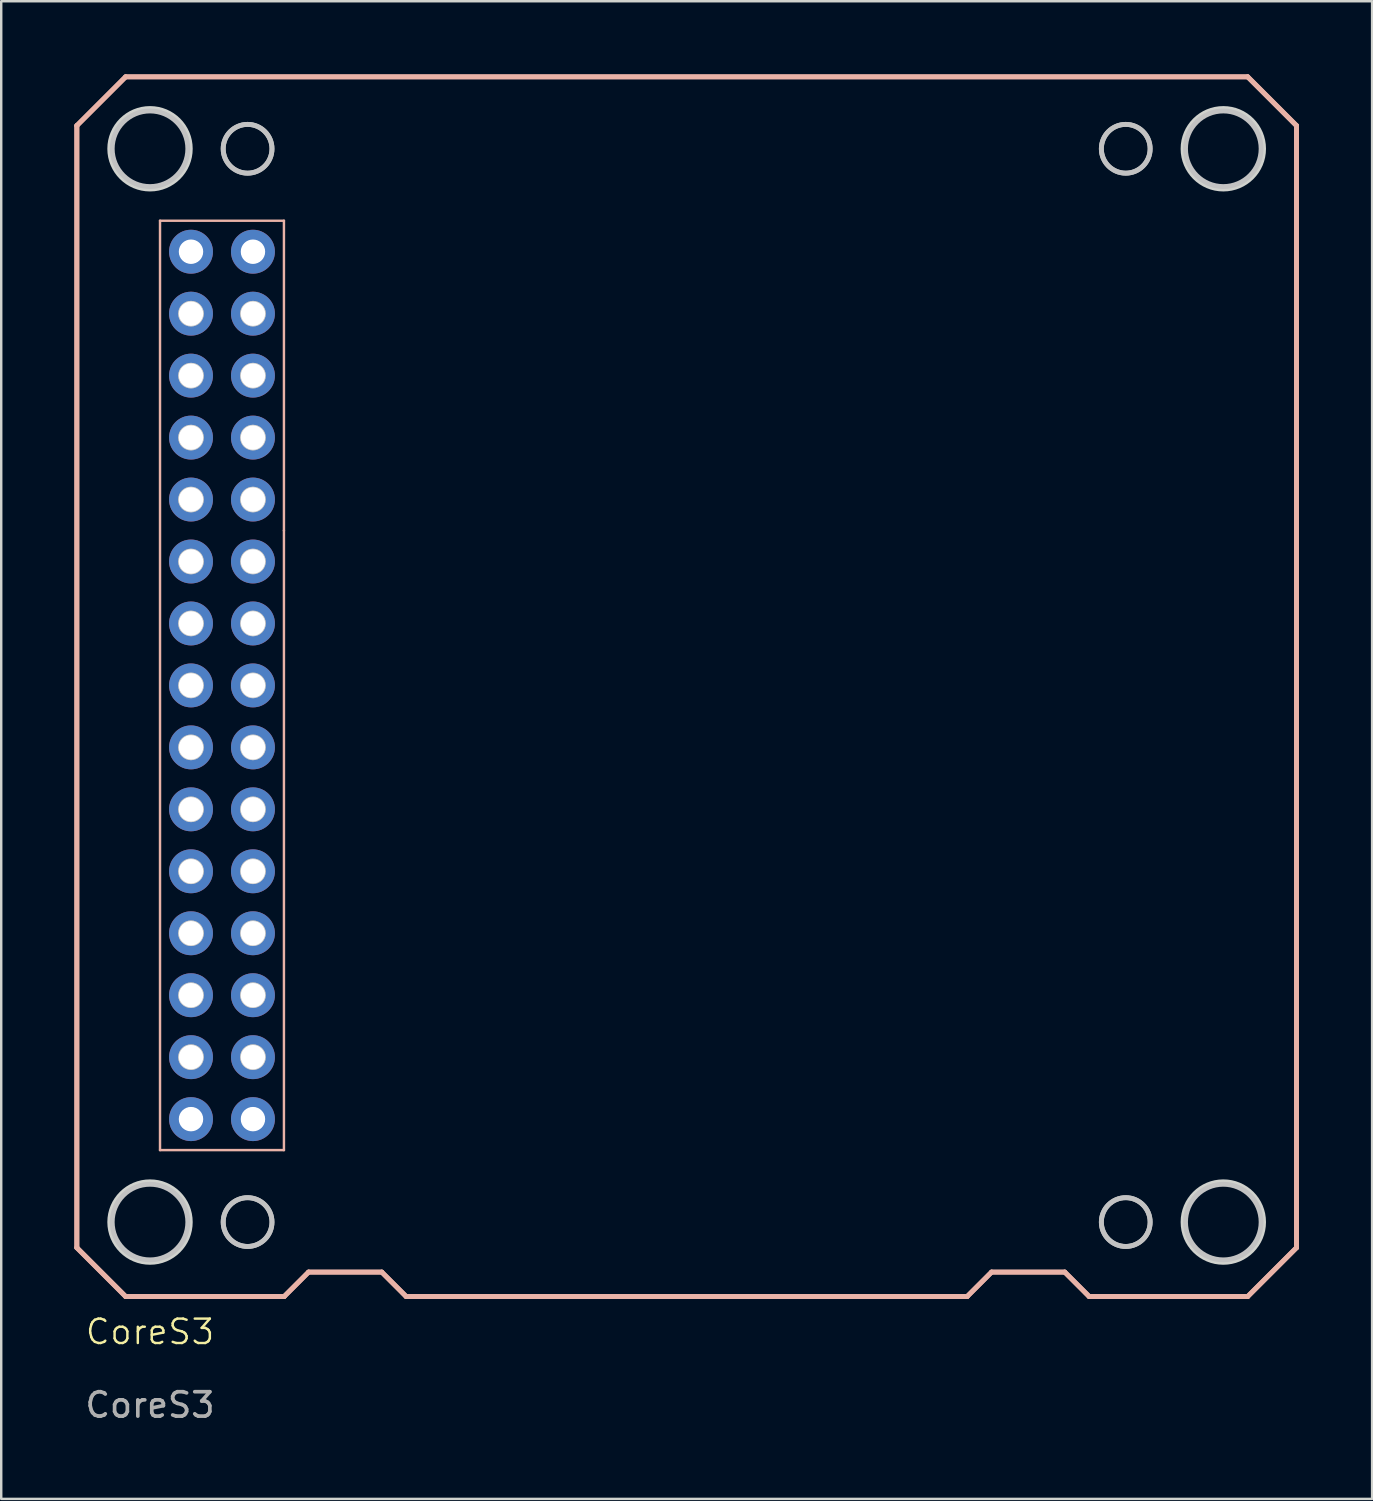
<source format=kicad_pcb>
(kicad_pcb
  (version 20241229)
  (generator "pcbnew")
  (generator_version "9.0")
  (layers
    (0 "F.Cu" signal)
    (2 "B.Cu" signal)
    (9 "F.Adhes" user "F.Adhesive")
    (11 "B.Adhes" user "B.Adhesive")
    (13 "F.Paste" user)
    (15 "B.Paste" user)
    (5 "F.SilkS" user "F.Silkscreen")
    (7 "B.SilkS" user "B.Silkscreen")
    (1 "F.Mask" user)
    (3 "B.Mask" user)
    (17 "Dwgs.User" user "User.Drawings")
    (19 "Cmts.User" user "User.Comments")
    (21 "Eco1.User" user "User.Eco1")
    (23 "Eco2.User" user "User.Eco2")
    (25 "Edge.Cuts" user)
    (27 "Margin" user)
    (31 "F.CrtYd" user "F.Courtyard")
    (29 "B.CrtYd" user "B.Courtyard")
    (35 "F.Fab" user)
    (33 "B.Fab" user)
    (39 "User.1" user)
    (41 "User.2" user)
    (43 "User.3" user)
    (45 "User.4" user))
  (footprint "CoreS3"
    (layer "F.Cu")
    (at 3.1 47.049)
    (property "Reference" "CoreS3" (at 0 4.5 0) (unlocked yes) (layer "F.SilkS") (effects (font (size 1 1) (thickness 0.1))))
    (attr through_hole)
    (fp_line (start -3 -44.949) (end -1 -46.949) (stroke (width 0.2) (type default)) (layer "B.SilkS"))
    (fp_line (start -3 -44.949) (end -1 -46.949) (stroke (width 0.2) (type default)) (layer "B.SilkS"))
    (fp_line (start -3 1.051) (end -3 -44.949) (stroke (width 0.2) (type default)) (layer "B.SilkS"))
    (fp_line (start -3 1.051) (end -3 -44.949) (stroke (width 0.2) (type default)) (layer "B.SilkS"))
    (fp_line (start -1 -46.949) (end 45 -46.949) (stroke (width 0.2) (type default)) (layer "B.SilkS"))
    (fp_line (start -1 -46.949) (end 45 -46.949) (stroke (width 0.2) (type default)) (layer "B.SilkS"))
    (fp_line (start -1 3.051) (end -3 1.051) (stroke (width 0.2) (type default)) (layer "B.SilkS"))
    (fp_line (start -1 3.051) (end -3 1.051) (stroke (width 0.2) (type default)) (layer "B.SilkS"))
    (fp_line (start 0.41 -41.05) (end 5.49 -41.05) (stroke (width 0.1) (type default)) (layer "B.SilkS"))
    (fp_line (start 0.41 -2.95) (end 0.41 -41.05) (stroke (width 0.1) (type default)) (layer "B.SilkS"))
    (fp_line (start 5.49 -41.05) (end 5.49 -28.35) (stroke (width 0.1) (type default)) (layer "B.SilkS"))
    (fp_line (start 5.49 -28.35) (end 5.49 -2.95) (stroke (width 0.1) (type default)) (layer "B.SilkS"))
    (fp_line (start 5.49 -2.95) (end 0.41 -2.95) (stroke (width 0.1) (type default)) (layer "B.SilkS"))
    (fp_line (start 5.5 3.051) (end -1 3.051) (stroke (width 0.2) (type default)) (layer "B.SilkS"))
    (fp_line (start 5.5 3.051) (end -1 3.051) (stroke (width 0.2) (type default)) (layer "B.SilkS"))
    (fp_line (start 6.5 2.051) (end 5.5 3.051) (stroke (width 0.2) (type default)) (layer "B.SilkS"))
    (fp_line (start 6.5 2.051) (end 5.5 3.051) (stroke (width 0.2) (type default)) (layer "B.SilkS"))
    (fp_line (start 9.5 2.051) (end 6.5 2.051) (stroke (width 0.2) (type default)) (layer "B.SilkS"))
    (fp_line (start 9.5 2.051) (end 6.5 2.051) (stroke (width 0.2) (type default)) (layer "B.SilkS"))
    (fp_line (start 10.5 3.051) (end 9.5 2.051) (stroke (width 0.2) (type default)) (layer "B.SilkS"))
    (fp_line (start 10.5 3.051) (end 9.5 2.051) (stroke (width 0.2) (type default)) (layer "B.SilkS"))
    (fp_line (start 13.75 3.051) (end 10.5 3.051) (stroke (width 0.2) (type default)) (layer "B.SilkS"))
    (fp_line (start 13.75 3.051) (end 10.5 3.051) (stroke (width 0.2) (type default)) (layer "B.SilkS"))
    (fp_line (start 24.5 3.051) (end 13.75 3.051) (stroke (width 0.2) (type default)) (layer "B.SilkS"))
    (fp_line (start 24.5 3.051) (end 13.75 3.051) (stroke (width 0.2) (type default)) (layer "B.SilkS"))
    (fp_line (start 33.5 3.051) (end 24.5 3.051) (stroke (width 0.2) (type default)) (layer "B.SilkS"))
    (fp_line (start 33.5 3.051) (end 24.5 3.051) (stroke (width 0.2) (type default)) (layer "B.SilkS"))
    (fp_line (start 34.5 2.051) (end 33.5 3.051) (stroke (width 0.2) (type default)) (layer "B.SilkS"))
    (fp_line (start 34.5 2.051) (end 33.5 3.051) (stroke (width 0.2) (type default)) (layer "B.SilkS"))
    (fp_line (start 37.5 2.051) (end 34.5 2.051) (stroke (width 0.2) (type default)) (layer "B.SilkS"))
    (fp_line (start 37.5 2.051) (end 34.5 2.051) (stroke (width 0.2) (type default)) (layer "B.SilkS"))
    (fp_line (start 38.5 3.051) (end 37.5 2.051) (stroke (width 0.2) (type default)) (layer "B.SilkS"))
    (fp_line (start 38.5 3.051) (end 37.5 2.051) (stroke (width 0.2) (type default)) (layer "B.SilkS"))
    (fp_line (start 45 -46.949) (end 47 -44.949) (stroke (width 0.2) (type default)) (layer "B.SilkS"))
    (fp_line (start 45 -46.949) (end 47 -44.949) (stroke (width 0.2) (type default)) (layer "B.SilkS"))
    (fp_line (start 45 3.051) (end 38.5 3.051) (stroke (width 0.2) (type default)) (layer "B.SilkS"))
    (fp_line (start 45 3.051) (end 38.5 3.051) (stroke (width 0.2) (type default)) (layer "B.SilkS"))
    (fp_line (start 47 -44.949) (end 47 1.051) (stroke (width 0.2) (type default)) (layer "B.SilkS"))
    (fp_line (start 47 -44.949) (end 47 1.051) (stroke (width 0.2) (type default)) (layer "B.SilkS"))
    (fp_line (start 47 1.051) (end 45 3.051) (stroke (width 0.2) (type default)) (layer "B.SilkS"))
    (fp_line (start 47 1.051) (end 45 3.051) (stroke (width 0.2) (type default)) (layer "B.SilkS"))
    (fp_circle (center 0 0) (end 1.55 0) (stroke (width 0.2) (type default)) (fill no) (layer "Dwgs.User"))
    (fp_circle (center 0.000015 -44) (end 1.55 -44) (stroke (width 0.2) (type default)) (fill no) (layer "Dwgs.User"))
    (fp_circle (center 1.68 -39.78) (end 2.055 -39.78) (stroke (width 0.2) (type default)) (fill no) (layer "Dwgs.User"))
    (fp_circle (center 1.68 -39.78) (end 2.055 -39.78) (stroke (width 0.2) (type default)) (fill no) (layer "Dwgs.User"))
    (fp_circle (center 1.68 -37.24) (end 2.105 -37.24) (stroke (width 0.2) (type default)) (fill no) (layer "Dwgs.User"))
    (fp_circle (center 1.68 -37.24) (end 2.105 -37.24) (stroke (width 0.2) (type default)) (fill no) (layer "Dwgs.User"))
    (fp_circle (center 1.68 -34.7) (end 2.105 -34.7) (stroke (width 0.2) (type default)) (fill no) (layer "Dwgs.User"))
    (fp_circle (center 1.68 -34.7) (end 2.105 -34.7) (stroke (width 0.2) (type default)) (fill no) (layer "Dwgs.User"))
    (fp_circle (center 1.68 -32.16) (end 2.105 -32.16) (stroke (width 0.2) (type default)) (fill no) (layer "Dwgs.User"))
    (fp_circle (center 1.68 -32.16) (end 2.105 -32.16) (stroke (width 0.2) (type default)) (fill no) (layer "Dwgs.User"))
    (fp_circle (center 1.68 -29.62) (end 2.105 -29.62) (stroke (width 0.2) (type default)) (fill no) (layer "Dwgs.User"))
    (fp_circle (center 1.68 -29.62) (end 2.105 -29.62) (stroke (width 0.2) (type default)) (fill no) (layer "Dwgs.User"))
    (fp_circle (center 1.68 -27.08) (end 2.105 -27.08) (stroke (width 0.2) (type default)) (fill no) (layer "Dwgs.User"))
    (fp_circle (center 1.68 -27.08) (end 2.105 -27.08) (stroke (width 0.2) (type default)) (fill no) (layer "Dwgs.User"))
    (fp_circle (center 1.68 -24.54) (end 2.105 -24.54) (stroke (width 0.2) (type default)) (fill no) (layer "Dwgs.User"))
    (fp_circle (center 1.68 -24.54) (end 2.105 -24.54) (stroke (width 0.2) (type default)) (fill no) (layer "Dwgs.User"))
    (fp_circle (center 1.68 -22) (end 2.105 -22) (stroke (width 0.2) (type default)) (fill no) (layer "Dwgs.User"))
    (fp_circle (center 1.68 -22) (end 2.105 -22) (stroke (width 0.2) (type default)) (fill no) (layer "Dwgs.User"))
    (fp_circle (center 1.68 -19.46) (end 2.105 -19.46) (stroke (width 0.2) (type default)) (fill no) (layer "Dwgs.User"))
    (fp_circle (center 1.68 -19.46) (end 2.105 -19.46) (stroke (width 0.2) (type default)) (fill no) (layer "Dwgs.User"))
    (fp_circle (center 1.68 -16.92) (end 2.105 -16.92) (stroke (width 0.2) (type default)) (fill no) (layer "Dwgs.User"))
    (fp_circle (center 1.68 -16.92) (end 2.105 -16.92) (stroke (width 0.2) (type default)) (fill no) (layer "Dwgs.User"))
    (fp_circle (center 1.68 -14.38) (end 2.105 -14.38) (stroke (width 0.2) (type default)) (fill no) (layer "Dwgs.User"))
    (fp_circle (center 1.68 -14.38) (end 2.105 -14.38) (stroke (width 0.2) (type default)) (fill no) (layer "Dwgs.User"))
    (fp_circle (center 1.68 -11.84) (end 2.105 -11.84) (stroke (width 0.2) (type default)) (fill no) (layer "Dwgs.User"))
    (fp_circle (center 1.68 -11.84) (end 2.105 -11.84) (stroke (width 0.2) (type default)) (fill no) (layer "Dwgs.User"))
    (fp_circle (center 1.68 -9.3) (end 2.105 -9.3) (stroke (width 0.2) (type default)) (fill no) (layer "Dwgs.User"))
    (fp_circle (center 1.68 -9.3) (end 2.105 -9.3) (stroke (width 0.2) (type default)) (fill no) (layer "Dwgs.User"))
    (fp_circle (center 1.68 -6.76) (end 2.105 -6.76) (stroke (width 0.2) (type default)) (fill no) (layer "Dwgs.User"))
    (fp_circle (center 1.68 -6.76) (end 2.105 -6.76) (stroke (width 0.2) (type default)) (fill no) (layer "Dwgs.User"))
    (fp_circle (center 1.68 -4.22) (end 2.055 -4.22) (stroke (width 0.2) (type default)) (fill no) (layer "Dwgs.User"))
    (fp_circle (center 1.68 -4.22) (end 2.055 -4.22) (stroke (width 0.2) (type default)) (fill no) (layer "Dwgs.User"))
    (fp_circle (center 4 0) (end 5 0) (stroke (width 0.2) (type default)) (fill no) (layer "Dwgs.User"))
    (fp_circle (center 4 0) (end 5 0) (stroke (width 0.2) (type default)) (fill no) (layer "Dwgs.User"))
    (fp_circle (center 4 -44) (end 5 -44) (stroke (width 0.2) (type default)) (fill no) (layer "Dwgs.User"))
    (fp_circle (center 4 -44) (end 5 -44) (stroke (width 0.2) (type default)) (fill no) (layer "Dwgs.User"))
    (fp_circle (center 4.22 -39.78) (end 4.595 -39.78) (stroke (width 0.2) (type default)) (fill no) (layer "Dwgs.User"))
    (fp_circle (center 4.22 -39.78) (end 4.595 -39.78) (stroke (width 0.2) (type default)) (fill no) (layer "Dwgs.User"))
    (fp_circle (center 4.22 -37.24) (end 4.645 -37.24) (stroke (width 0.2) (type default)) (fill no) (layer "Dwgs.User"))
    (fp_circle (center 4.22 -37.24) (end 4.645 -37.24) (stroke (width 0.2) (type default)) (fill no) (layer "Dwgs.User"))
    (fp_circle (center 4.22 -34.7) (end 4.645 -34.7) (stroke (width 0.2) (type default)) (fill no) (layer "Dwgs.User"))
    (fp_circle (center 4.22 -34.7) (end 4.645 -34.7) (stroke (width 0.2) (type default)) (fill no) (layer "Dwgs.User"))
    (fp_circle (center 4.22 -32.16) (end 4.645 -32.16) (stroke (width 0.2) (type default)) (fill no) (layer "Dwgs.User"))
    (fp_circle (center 4.22 -32.16) (end 4.645 -32.16) (stroke (width 0.2) (type default)) (fill no) (layer "Dwgs.User"))
    (fp_circle (center 4.22 -29.62) (end 4.645 -29.62) (stroke (width 0.2) (type default)) (fill no) (layer "Dwgs.User"))
    (fp_circle (center 4.22 -29.62) (end 4.645 -29.62) (stroke (width 0.2) (type default)) (fill no) (layer "Dwgs.User"))
    (fp_circle (center 4.22 -27.08) (end 4.645 -27.08) (stroke (width 0.2) (type default)) (fill no) (layer "Dwgs.User"))
    (fp_circle (center 4.22 -27.08) (end 4.645 -27.08) (stroke (width 0.2) (type default)) (fill no) (layer "Dwgs.User"))
    (fp_circle (center 4.22 -24.54) (end 4.645 -24.54) (stroke (width 0.2) (type default)) (fill no) (layer "Dwgs.User"))
    (fp_circle (center 4.22 -24.54) (end 4.645 -24.54) (stroke (width 0.2) (type default)) (fill no) (layer "Dwgs.User"))
    (fp_circle (center 4.22 -22) (end 4.645 -22) (stroke (width 0.2) (type default)) (fill no) (layer "Dwgs.User"))
    (fp_circle (center 4.22 -22) (end 4.645 -22) (stroke (width 0.2) (type default)) (fill no) (layer "Dwgs.User"))
    (fp_circle (center 4.22 -19.46) (end 4.645 -19.46) (stroke (width 0.2) (type default)) (fill no) (layer "Dwgs.User"))
    (fp_circle (center 4.22 -19.46) (end 4.645 -19.46) (stroke (width 0.2) (type default)) (fill no) (layer "Dwgs.User"))
    (fp_circle (center 4.22 -16.92) (end 4.645 -16.92) (stroke (width 0.2) (type default)) (fill no) (layer "Dwgs.User"))
    (fp_circle (center 4.22 -16.92) (end 4.645 -16.92) (stroke (width 0.2) (type default)) (fill no) (layer "Dwgs.User"))
    (fp_circle (center 4.22 -14.38) (end 4.645 -14.38) (stroke (width 0.2) (type default)) (fill no) (layer "Dwgs.User"))
    (fp_circle (center 4.22 -14.38) (end 4.645 -14.38) (stroke (width 0.2) (type default)) (fill no) (layer "Dwgs.User"))
    (fp_circle (center 4.22 -11.84) (end 4.645 -11.84) (stroke (width 0.2) (type default)) (fill no) (layer "Dwgs.User"))
    (fp_circle (center 4.22 -11.84) (end 4.645 -11.84) (stroke (width 0.2) (type default)) (fill no) (layer "Dwgs.User"))
    (fp_circle (center 4.22 -9.3) (end 4.645 -9.3) (stroke (width 0.2) (type default)) (fill no) (layer "Dwgs.User"))
    (fp_circle (center 4.22 -9.3) (end 4.645 -9.3) (stroke (width 0.2) (type default)) (fill no) (layer "Dwgs.User"))
    (fp_circle (center 4.22 -6.76) (end 4.645 -6.76) (stroke (width 0.2) (type default)) (fill no) (layer "Dwgs.User"))
    (fp_circle (center 4.22 -6.76) (end 4.645 -6.76) (stroke (width 0.2) (type default)) (fill no) (layer "Dwgs.User"))
    (fp_circle (center 4.22 -4.22) (end 4.595 -4.22) (stroke (width 0.2) (type default)) (fill no) (layer "Dwgs.User"))
    (fp_circle (center 4.22 -4.22) (end 4.595 -4.22) (stroke (width 0.2) (type default)) (fill no) (layer "Dwgs.User"))
    (fp_circle (center 40 -44) (end 41 -44) (stroke (width 0.2) (type default)) (fill no) (layer "Dwgs.User"))
    (fp_circle (center 40 -44) (end 41 -44) (stroke (width 0.2) (type default)) (fill no) (layer "Dwgs.User"))
    (fp_circle (center 40 0) (end 41 0) (stroke (width 0.2) (type default)) (fill no) (layer "Dwgs.User"))
    (fp_circle (center 40 0) (end 41 0) (stroke (width 0.2) (type default)) (fill no) (layer "Dwgs.User"))
    (fp_circle (center 44 -44) (end 45.55 -44) (stroke (width 0.2) (type default)) (fill no) (layer "Dwgs.User"))
    (fp_circle (center 44 0) (end 45.55 0) (stroke (width 0.2) (type default)) (fill no) (layer "Dwgs.User"))
    (fp_circle (center 0 0) (end 1.65 0) (stroke (width 0.2) (type default)) (fill no) (layer "Edge.Cuts"))
    (fp_circle (center 0.000015 -44) (end 1.65 -44) (stroke (width 0.2) (type default)) (fill no) (layer "Edge.Cuts"))
    (fp_circle (center 44 -44) (end 45.65 -44) (stroke (width 0.2) (type default)) (fill no) (layer "Edge.Cuts"))
    (fp_circle (center 44 0) (end 45.65 0) (stroke (width 0.2) (type default)) (fill no) (layer "Edge.Cuts"))
    (fp_text user "${REFERENCE}" (at 0 7.5 0) (unlocked yes) (layer "F.Fab") (effects (font (size 1 1) (thickness 0.15))))
    (pad "1" thru_hole circle (at 1.68 -39.78) (size 1.8 1.8) (drill 1) (layers "*.Cu" "*.Mask"))
    (pad "2" thru_hole circle (at 1.68 -37.24) (size 1.8 1.8) (drill 1) (layers "*.Cu" "*.Mask"))
    (pad "3" thru_hole circle (at 1.68 -34.7) (size 1.8 1.8) (drill 1) (layers "*.Cu" "*.Mask"))
    (pad "4" thru_hole circle (at 1.68 -32.16) (size 1.8 1.8) (drill 1) (layers "*.Cu" "*.Mask"))
    (pad "5" thru_hole circle (at 1.68 -29.62) (size 1.8 1.8) (drill 1) (layers "*.Cu" "*.Mask"))
    (pad "6" thru_hole circle (at 1.68 -27.08) (size 1.8 1.8) (drill 1) (layers "*.Cu" "*.Mask"))
    (pad "7" thru_hole circle (at 1.68 -24.54) (size 1.8 1.8) (drill 1) (layers "*.Cu" "*.Mask"))
    (pad "8" thru_hole circle (at 1.68 -22) (size 1.8 1.8) (drill 1) (layers "*.Cu" "*.Mask"))
    (pad "9" thru_hole circle (at 1.68 -19.46) (size 1.8 1.8) (drill 1) (layers "*.Cu" "*.Mask"))
    (pad "10" thru_hole circle (at 1.68 -16.92) (size 1.8 1.8) (drill 1) (layers "*.Cu" "*.Mask"))
    (pad "11" thru_hole circle (at 1.68 -14.38) (size 1.8 1.8) (drill 1) (layers "*.Cu" "*.Mask"))
    (pad "12" thru_hole circle (at 1.68 -11.84) (size 1.8 1.8) (drill 1) (layers "*.Cu" "*.Mask"))
    (pad "13" thru_hole circle (at 1.68 -9.3) (size 1.8 1.8) (drill 1) (layers "*.Cu" "*.Mask"))
    (pad "14" thru_hole circle (at 1.68 -6.76) (size 1.8 1.8) (drill 1) (layers "*.Cu" "*.Mask"))
    (pad "15" thru_hole circle (at 1.68 -4.22) (size 1.8 1.8) (drill 1) (layers "*.Cu" "*.Mask"))
    (pad "16" thru_hole circle (at 4.22 -39.78) (size 1.8 1.8) (drill 1) (layers "*.Cu" "*.Mask"))
    (pad "17" thru_hole circle (at 4.22 -37.24) (size 1.8 1.8) (drill 1) (layers "*.Cu" "*.Mask"))
    (pad "18" thru_hole circle (at 4.22 -34.7) (size 1.8 1.8) (drill 1) (layers "*.Cu" "*.Mask"))
    (pad "19" thru_hole circle (at 4.22 -32.16) (size 1.8 1.8) (drill 1) (layers "*.Cu" "*.Mask"))
    (pad "20" thru_hole circle (at 4.22 -29.62) (size 1.8 1.8) (drill 1) (layers "*.Cu" "*.Mask"))
    (pad "21" thru_hole circle (at 4.22 -27.08) (size 1.8 1.8) (drill 1) (layers "*.Cu" "*.Mask"))
    (pad "22" thru_hole circle (at 4.22 -24.54) (size 1.8 1.8) (drill 1) (layers "*.Cu" "*.Mask"))
    (pad "23" thru_hole circle (at 4.22 -22) (size 1.8 1.8) (drill 1) (layers "*.Cu" "*.Mask"))
    (pad "24" thru_hole circle (at 4.22 -19.46) (size 1.8 1.8) (drill 1) (layers "*.Cu" "*.Mask"))
    (pad "25" thru_hole circle (at 4.22 -16.92) (size 1.8 1.8) (drill 1) (layers "*.Cu" "*.Mask"))
    (pad "26" thru_hole circle (at 4.22 -14.38) (size 1.8 1.8) (drill 1) (layers "*.Cu" "*.Mask"))
    (pad "27" thru_hole circle (at 4.22 -11.84) (size 1.8 1.8) (drill 1) (layers "*.Cu" "*.Mask"))
    (pad "28" thru_hole circle (at 4.22 -9.3) (size 1.8 1.8) (drill 1) (layers "*.Cu" "*.Mask"))
    (pad "29" thru_hole circle (at 4.22 -6.76) (size 1.8 1.8) (drill 1) (layers "*.Cu" "*.Mask"))
    (pad "30" thru_hole circle (at 4.22 -4.22) (size 1.8 1.8) (drill 1) (layers "*.Cu" "*.Mask")))
  (gr_rect
    (start -3 -3)
    (end 53.2 58.397)
    (stroke (width 0.1) (type default))
    (fill no)
    (layer "Edge.Cuts")))
</source>
